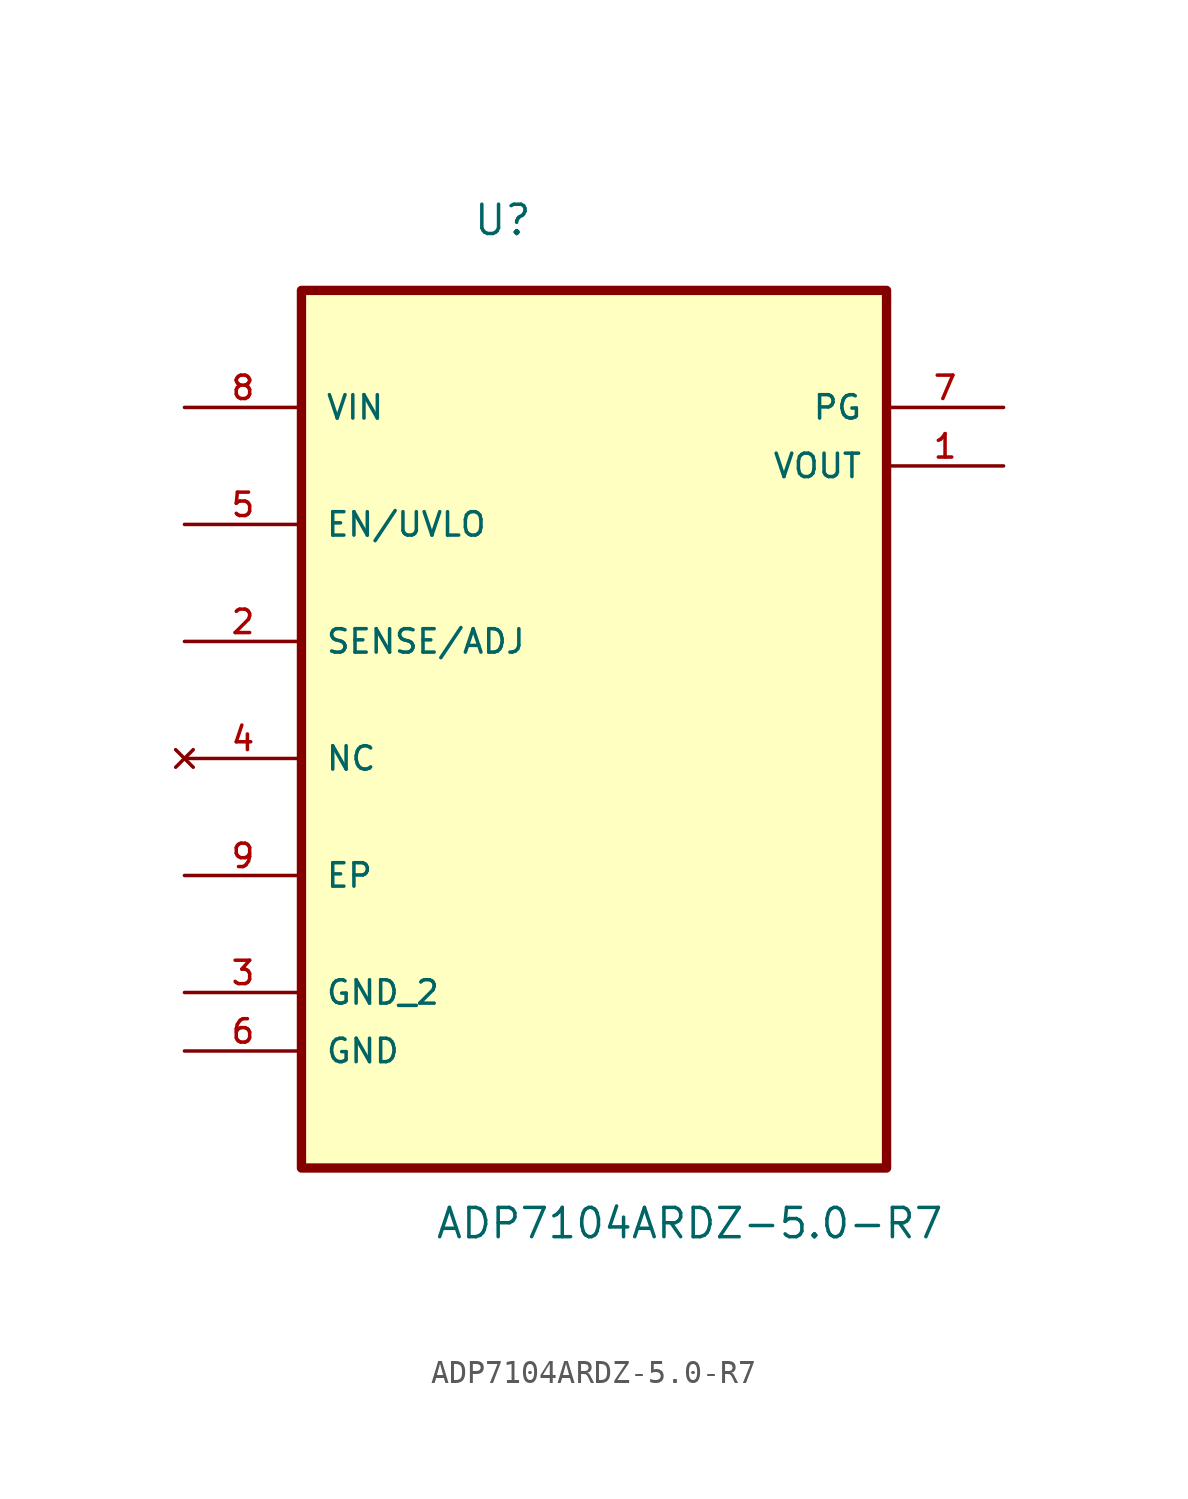
<source format=kicad_sym>
(kicad_symbol_lib
  (version 20211014)
  (generator kicad_symbol_editor)
  (symbol "ADP7104ARDZ-5.0-R7"
    (pin_names
      (offset 1.016))
    (property "Reference" "U"
      (at -5.272 17.548 0.0)
      (effects (font (size 1.27 1.27)) (justify bottom left)))
    (property "Value" "ADP7104ARDZ-5.0-R7"
      (at -6.921 -26.003 0.0)
      (effects (font (size 1.27 1.27)) (justify bottom left)))
    (symbol "ADP7104ARDZ-5.0-R7_0_0"
      (rectangle (start -12.7 -22.86) (end 12.7 15.24) (stroke (width 0.406)) (fill (type background)))
      (pin power_in line (at -17.78 10.16 0) (length 5.08) (name "VIN" (effects (font (size 1.016 1.016)))) (number "8" (effects (font (size 1.016 1.016)))))
      (pin input line (at -17.78 5.08 0) (length 5.08) (name "EN/UVLO" (effects (font (size 1.016 1.016)))) (number "5" (effects (font (size 1.016 1.016)))))
      (pin passive line (at -17.78 0.0 0) (length 5.08) (name "SENSE/ADJ" (effects (font (size 1.016 1.016)))) (number "2" (effects (font (size 1.016 1.016)))))
      (pin no_connect line (at -17.78 -5.08 0) (length 5.08) (name "NC" (effects (font (size 1.016 1.016)))) (number "4" (effects (font (size 1.016 1.016)))))
      (pin passive line (at -17.78 -10.16 0) (length 5.08) (name "EP" (effects (font (size 1.016 1.016)))) (number "9" (effects (font (size 1.016 1.016)))))
      (pin passive line (at -17.78 -15.24 0) (length 5.08) (name "GND_2" (effects (font (size 1.016 1.016)))) (number "3" (effects (font (size 1.016 1.016)))))
      (pin passive line (at -17.78 -17.78 0) (length 5.08) (name "GND" (effects (font (size 1.016 1.016)))) (number "6" (effects (font (size 1.016 1.016)))))
      (pin output line (at 17.78 10.16 180.0) (length 5.08) (name "PG" (effects (font (size 1.016 1.016)))) (number "7" (effects (font (size 1.016 1.016)))))
      (pin output line (at 17.78 7.62 180.0) (length 5.08) (name "VOUT" (effects (font (size 1.016 1.016)))) (number "1" (effects (font (size 1.016 1.016))))))))
</source>
